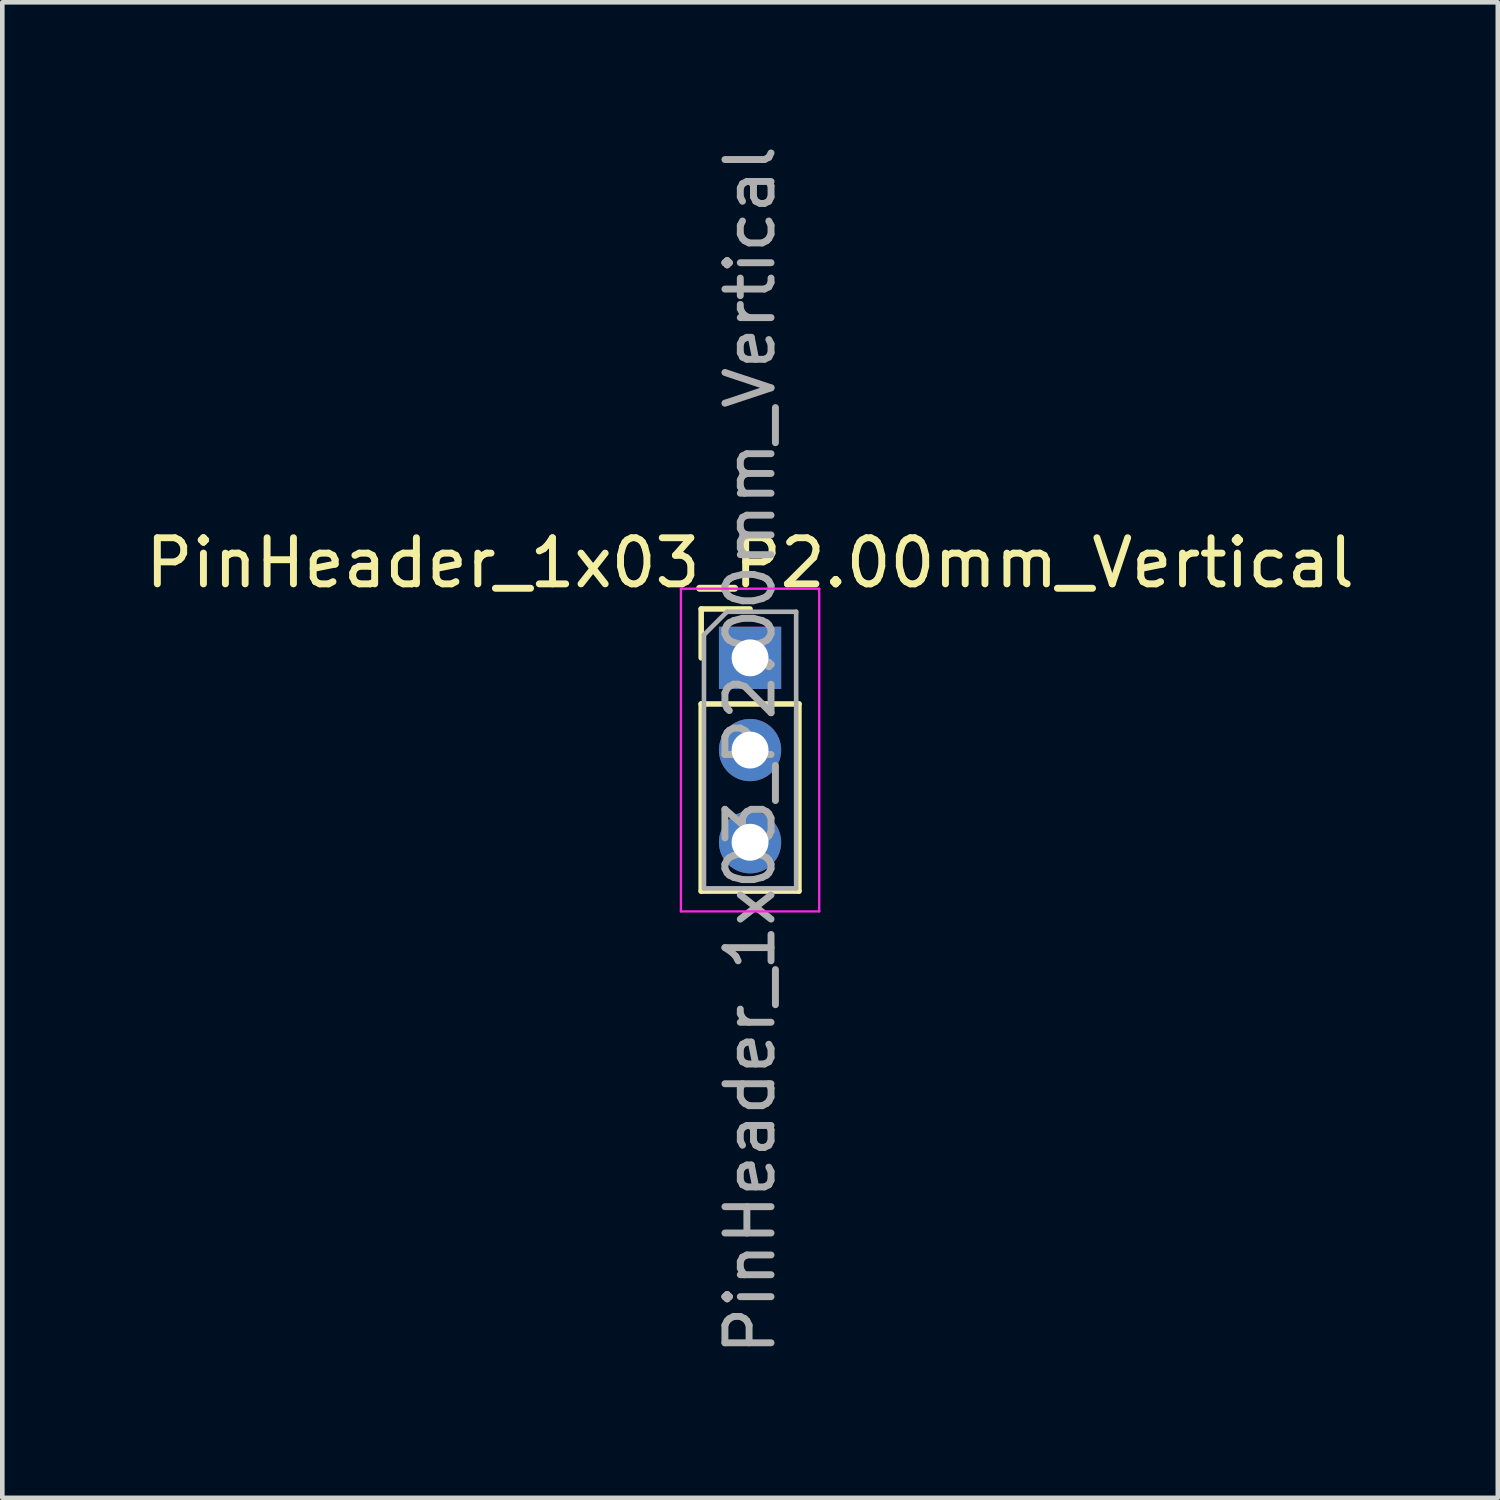
<source format=kicad_pcb>
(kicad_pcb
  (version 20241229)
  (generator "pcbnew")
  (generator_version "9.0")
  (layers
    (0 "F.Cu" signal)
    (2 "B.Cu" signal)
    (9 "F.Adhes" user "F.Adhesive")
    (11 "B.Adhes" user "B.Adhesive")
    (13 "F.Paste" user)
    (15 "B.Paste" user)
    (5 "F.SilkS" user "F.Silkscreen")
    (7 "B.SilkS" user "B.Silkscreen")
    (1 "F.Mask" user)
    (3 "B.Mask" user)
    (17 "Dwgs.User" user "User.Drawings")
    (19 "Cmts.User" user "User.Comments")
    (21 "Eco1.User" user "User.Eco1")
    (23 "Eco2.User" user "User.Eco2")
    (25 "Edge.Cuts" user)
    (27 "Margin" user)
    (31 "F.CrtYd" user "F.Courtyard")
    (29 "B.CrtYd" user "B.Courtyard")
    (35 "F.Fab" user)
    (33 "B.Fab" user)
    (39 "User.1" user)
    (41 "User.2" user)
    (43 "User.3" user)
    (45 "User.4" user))
  (footprint "PinHeader_1x03_P2.00mm_Vertical"
    (layer "F.Cu")
    (at 13.22 11.22)
    (property "Reference" "PinHeader_1x03_P2.00mm_Vertical" (at 0 -2.06 0) (layer "F.SilkS") (effects (font (size 1 1) (thickness 0.15))))
    (attr through_hole)
    (fp_line (start -1.06 -1.06) (end 0 -1.06) (stroke (width 0.12) (type solid)) (layer "F.SilkS"))
    (fp_line (start -1.06 0) (end -1.06 -1.06) (stroke (width 0.12) (type solid)) (layer "F.SilkS"))
    (fp_line (start -1.06 1) (end -1.06 5.06) (stroke (width 0.12) (type solid)) (layer "F.SilkS"))
    (fp_line (start -1.06 1) (end 1.06 1) (stroke (width 0.12) (type solid)) (layer "F.SilkS"))
    (fp_line (start -1.06 5.06) (end 1.06 5.06) (stroke (width 0.12) (type solid)) (layer "F.SilkS"))
    (fp_line (start 1.06 1) (end 1.06 5.06) (stroke (width 0.12) (type solid)) (layer "F.SilkS"))
    (fp_line (start -1.5 -1.5) (end -1.5 5.5) (stroke (width 0.05) (type solid)) (layer "F.CrtYd"))
    (fp_line (start -1.5 5.5) (end 1.5 5.5) (stroke (width 0.05) (type solid)) (layer "F.CrtYd"))
    (fp_line (start 1.5 -1.5) (end -1.5 -1.5) (stroke (width 0.05) (type solid)) (layer "F.CrtYd"))
    (fp_line (start 1.5 5.5) (end 1.5 -1.5) (stroke (width 0.05) (type solid)) (layer "F.CrtYd"))
    (fp_line (start -1 -0.5) (end -0.5 -1) (stroke (width 0.1) (type solid)) (layer "F.Fab"))
    (fp_line (start -1 5) (end -1 -0.5) (stroke (width 0.1) (type solid)) (layer "F.Fab"))
    (fp_line (start -0.5 -1) (end 1 -1) (stroke (width 0.1) (type solid)) (layer "F.Fab"))
    (fp_line (start 1 -1) (end 1 5) (stroke (width 0.1) (type solid)) (layer "F.Fab"))
    (fp_line (start 1 5) (end -1 5) (stroke (width 0.1) (type solid)) (layer "F.Fab"))
    (fp_text user "${REFERENCE}" (at 0 2 90) (layer "F.Fab") (effects (font (size 1 1) (thickness 0.15))))
    (pad "1" thru_hole rect (at 0 0) (size 1.35 1.35) (drill 0.8) (layers "*.Cu" "*.Mask"))
    (pad "2" thru_hole oval (at 0 2) (size 1.35 1.35) (drill 0.8) (layers "*.Cu" "*.Mask"))
    (pad "3" thru_hole oval (at 0 4) (size 1.35 1.35) (drill 0.8) (layers "*.Cu" "*.Mask")))
  (gr_rect
    (start -3 -3)
    (end 29.44 29.44)
    (stroke (width 0.1) (type default))
    (fill no)
    (layer "Edge.Cuts")))
</source>
